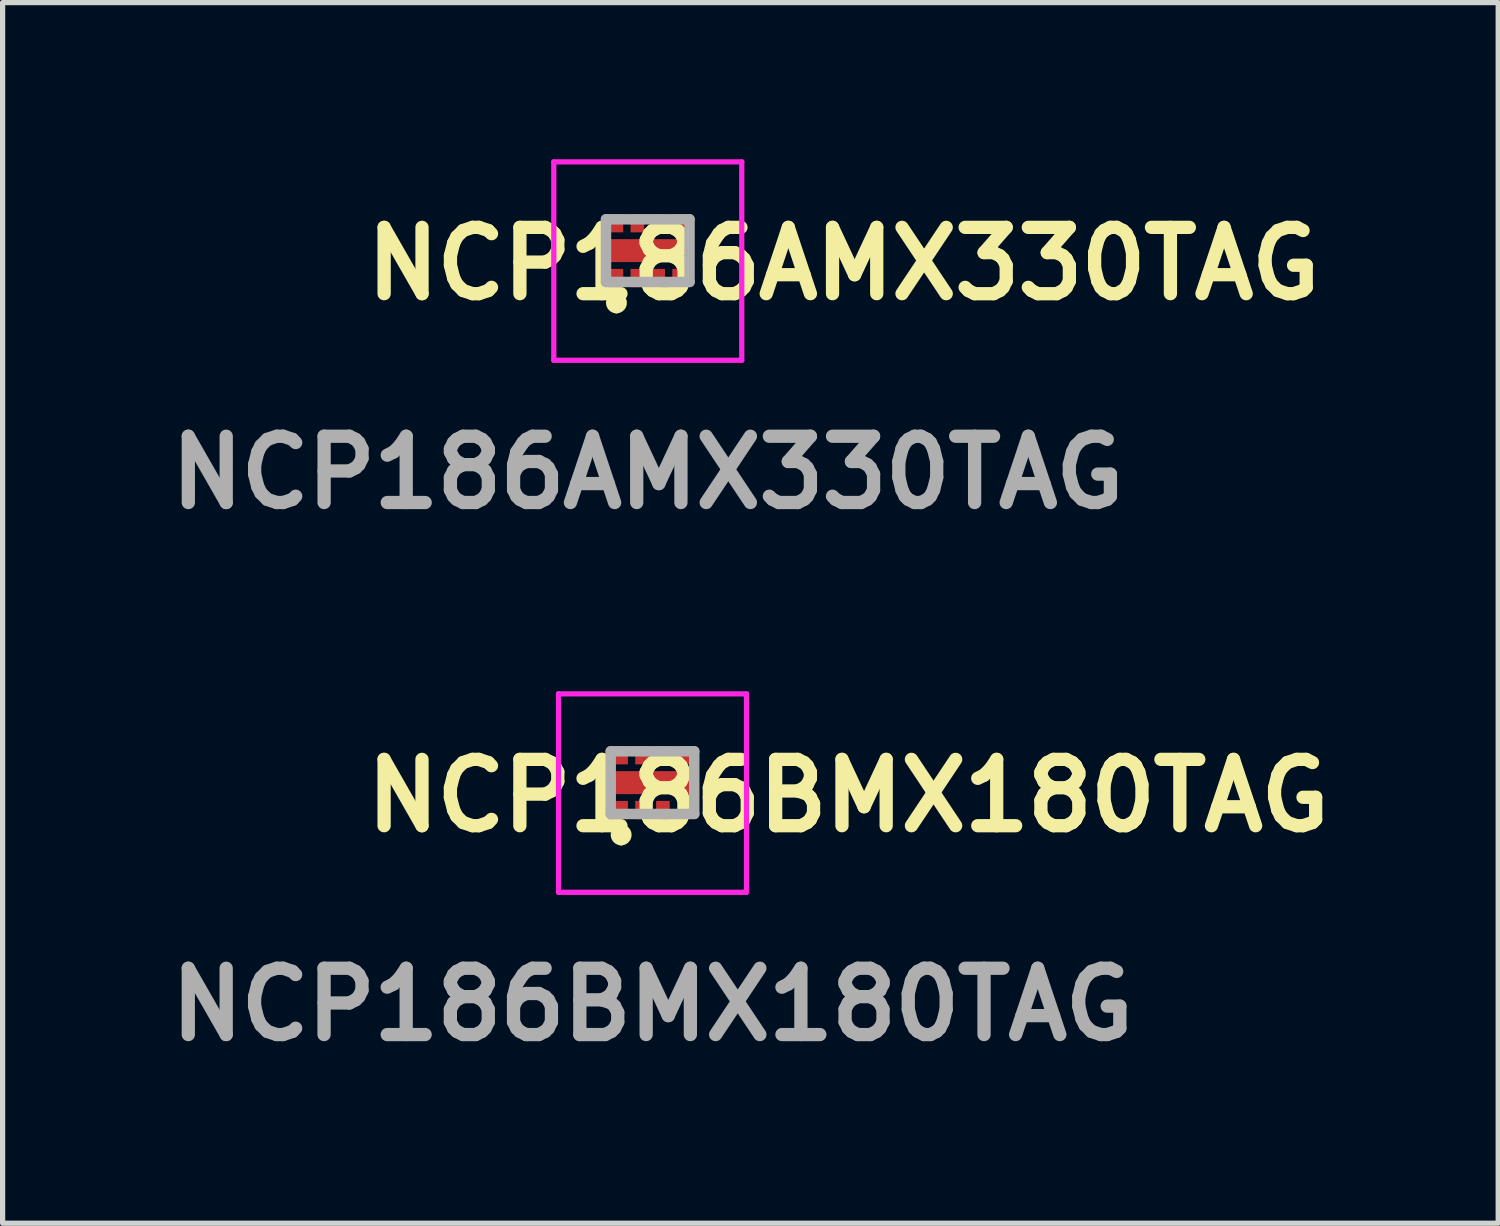
<source format=kicad_pcb>
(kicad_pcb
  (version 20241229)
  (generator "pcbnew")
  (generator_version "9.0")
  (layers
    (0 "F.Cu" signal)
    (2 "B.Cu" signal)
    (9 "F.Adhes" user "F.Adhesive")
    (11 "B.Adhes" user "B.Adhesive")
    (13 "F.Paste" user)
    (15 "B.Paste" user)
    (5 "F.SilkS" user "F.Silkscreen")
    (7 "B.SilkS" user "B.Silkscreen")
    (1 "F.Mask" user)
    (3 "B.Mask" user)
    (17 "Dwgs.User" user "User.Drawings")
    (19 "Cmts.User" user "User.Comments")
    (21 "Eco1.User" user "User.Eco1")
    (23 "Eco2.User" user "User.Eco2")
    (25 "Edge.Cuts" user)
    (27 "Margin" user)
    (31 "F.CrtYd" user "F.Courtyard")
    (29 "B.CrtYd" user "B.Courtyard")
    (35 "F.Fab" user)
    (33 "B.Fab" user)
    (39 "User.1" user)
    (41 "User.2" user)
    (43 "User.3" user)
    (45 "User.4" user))
  (footprint "NCP186AMX330TAG"
    (layer "F.Cu")
    (at 9.356 2)
    (property "Reference" "NCP186AMX330TAG" (at 3.75 0 0) (layer "F.SilkS") (effects (font (size 1.27 1.27) (thickness 0.254))))
    (attr smd)
    (fp_line (start -0.6 0.65) (end -0.6 0.65) (stroke (width 0.2) (type solid)) (layer "F.SilkS"))
    (fp_line (start -0.6 0.85) (end -0.6 0.85) (stroke (width 0.2) (type solid)) (layer "F.SilkS"))
    (fp_arc (start -0.6 0.65) (mid -0.5 0.75) (end -0.6 0.85) (stroke (width 0.2) (type solid)) (layer "F.SilkS"))
    (fp_arc (start -0.6 0.85) (mid -0.7 0.75) (end -0.6 0.65) (stroke (width 0.2) (type solid)) (layer "F.SilkS"))
    (fp_line (start -1.8 -1.95) (end 1.8 -1.95) (stroke (width 0.1) (type solid)) (layer "F.CrtYd"))
    (fp_line (start -1.8 1.85) (end -1.8 -1.95) (stroke (width 0.1) (type solid)) (layer "F.CrtYd"))
    (fp_line (start 1.8 -1.95) (end 1.8 1.85) (stroke (width 0.1) (type solid)) (layer "F.CrtYd"))
    (fp_line (start 1.8 1.85) (end -1.8 1.85) (stroke (width 0.1) (type solid)) (layer "F.CrtYd"))
    (fp_line (start -0.8 -0.85) (end 0.8 -0.85) (stroke (width 0.2) (type solid)) (layer "F.Fab"))
    (fp_line (start -0.8 0.35) (end -0.8 -0.85) (stroke (width 0.2) (type solid)) (layer "F.Fab"))
    (fp_line (start 0.8 -0.85) (end 0.8 0.35) (stroke (width 0.2) (type solid)) (layer "F.Fab"))
    (fp_line (start 0.8 0.35) (end -0.8 0.35) (stroke (width 0.2) (type solid)) (layer "F.Fab"))
    (fp_text user "${REFERENCE}" (at 0 4 0) (layer "F.Fab") (effects (font (size 1.27 1.27) (thickness 0.254))))
    (pad "1" smd rect (at -0.6 0.275) (size 0.26 0.35) (layers "F.Cu" "F.Mask" "F.Paste"))
    (pad "2" smd rect (at -0.2 0.275) (size 0.26 0.35) (layers "F.Cu" "F.Mask" "F.Paste"))
    (pad "3" smd rect (at 0.2 0.275) (size 0.26 0.35) (layers "F.Cu" "F.Mask" "F.Paste"))
    (pad "4" smd rect (at 0.6 0.275) (size 0.26 0.35) (layers "F.Cu" "F.Mask" "F.Paste"))
    (pad "5" smd rect (at 0.6 -0.775) (size 0.26 0.35) (layers "F.Cu" "F.Mask" "F.Paste"))
    (pad "6" smd rect (at 0.2 -0.775) (size 0.26 0.35) (layers "F.Cu" "F.Mask" "F.Paste"))
    (pad "7" smd rect (at -0.2 -0.775) (size 0.26 0.35) (layers "F.Cu" "F.Mask" "F.Paste"))
    (pad "8" smd rect (at -0.6 -0.775) (size 0.26 0.35) (layers "F.Cu" "F.Mask" "F.Paste"))
    (pad "9" smd rect (at 0 -0.25 90) (size 0.44 1.44) (layers "F.Cu" "F.Mask" "F.Paste")))
  (footprint "NCP186BMX180TAG"
    (layer "F.Cu")
    (at 9.446 12.189)
    (property "Reference" "NCP186BMX180TAG" (at 3.75 0 0) (layer "F.SilkS") (effects (font (size 1.27 1.27) (thickness 0.254))))
    (attr smd)
    (fp_line (start -0.6 0.65) (end -0.6 0.65) (stroke (width 0.2) (type solid)) (layer "F.SilkS"))
    (fp_line (start -0.6 0.85) (end -0.6 0.85) (stroke (width 0.2) (type solid)) (layer "F.SilkS"))
    (fp_arc (start -0.6 0.65) (mid -0.5 0.75) (end -0.6 0.85) (stroke (width 0.2) (type solid)) (layer "F.SilkS"))
    (fp_arc (start -0.6 0.85) (mid -0.7 0.75) (end -0.6 0.65) (stroke (width 0.2) (type solid)) (layer "F.SilkS"))
    (fp_line (start -1.8 -1.95) (end 1.8 -1.95) (stroke (width 0.1) (type solid)) (layer "F.CrtYd"))
    (fp_line (start -1.8 1.85) (end -1.8 -1.95) (stroke (width 0.1) (type solid)) (layer "F.CrtYd"))
    (fp_line (start 1.8 -1.95) (end 1.8 1.85) (stroke (width 0.1) (type solid)) (layer "F.CrtYd"))
    (fp_line (start 1.8 1.85) (end -1.8 1.85) (stroke (width 0.1) (type solid)) (layer "F.CrtYd"))
    (fp_line (start -0.8 -0.85) (end 0.8 -0.85) (stroke (width 0.2) (type solid)) (layer "F.Fab"))
    (fp_line (start -0.8 0.35) (end -0.8 -0.85) (stroke (width 0.2) (type solid)) (layer "F.Fab"))
    (fp_line (start 0.8 -0.85) (end 0.8 0.35) (stroke (width 0.2) (type solid)) (layer "F.Fab"))
    (fp_line (start 0.8 0.35) (end -0.8 0.35) (stroke (width 0.2) (type solid)) (layer "F.Fab"))
    (fp_text user "${REFERENCE}" (at 0 4 0) (layer "F.Fab") (effects (font (size 1.27 1.27) (thickness 0.254))))
    (pad "1" smd rect (at -0.6 0.275) (size 0.26 0.35) (layers "F.Cu" "F.Mask" "F.Paste"))
    (pad "2" smd rect (at -0.2 0.275) (size 0.26 0.35) (layers "F.Cu" "F.Mask" "F.Paste"))
    (pad "3" smd rect (at 0.2 0.275) (size 0.26 0.35) (layers "F.Cu" "F.Mask" "F.Paste"))
    (pad "4" smd rect (at 0.6 0.275) (size 0.26 0.35) (layers "F.Cu" "F.Mask" "F.Paste"))
    (pad "5" smd rect (at 0.6 -0.775) (size 0.26 0.35) (layers "F.Cu" "F.Mask" "F.Paste"))
    (pad "6" smd rect (at 0.2 -0.775) (size 0.26 0.35) (layers "F.Cu" "F.Mask" "F.Paste"))
    (pad "7" smd rect (at -0.2 -0.775) (size 0.26 0.35) (layers "F.Cu" "F.Mask" "F.Paste"))
    (pad "8" smd rect (at -0.6 -0.775) (size 0.26 0.35) (layers "F.Cu" "F.Mask" "F.Paste"))
    (pad "9" smd rect (at 0 -0.25 90) (size 0.44 1.44) (layers "F.Cu" "F.Mask" "F.Paste")))
  (gr_rect
    (start -3 -3)
    (end 25.643 20.377)
    (stroke (width 0.1) (type default))
    (fill no)
    (layer "Edge.Cuts")))
</source>
